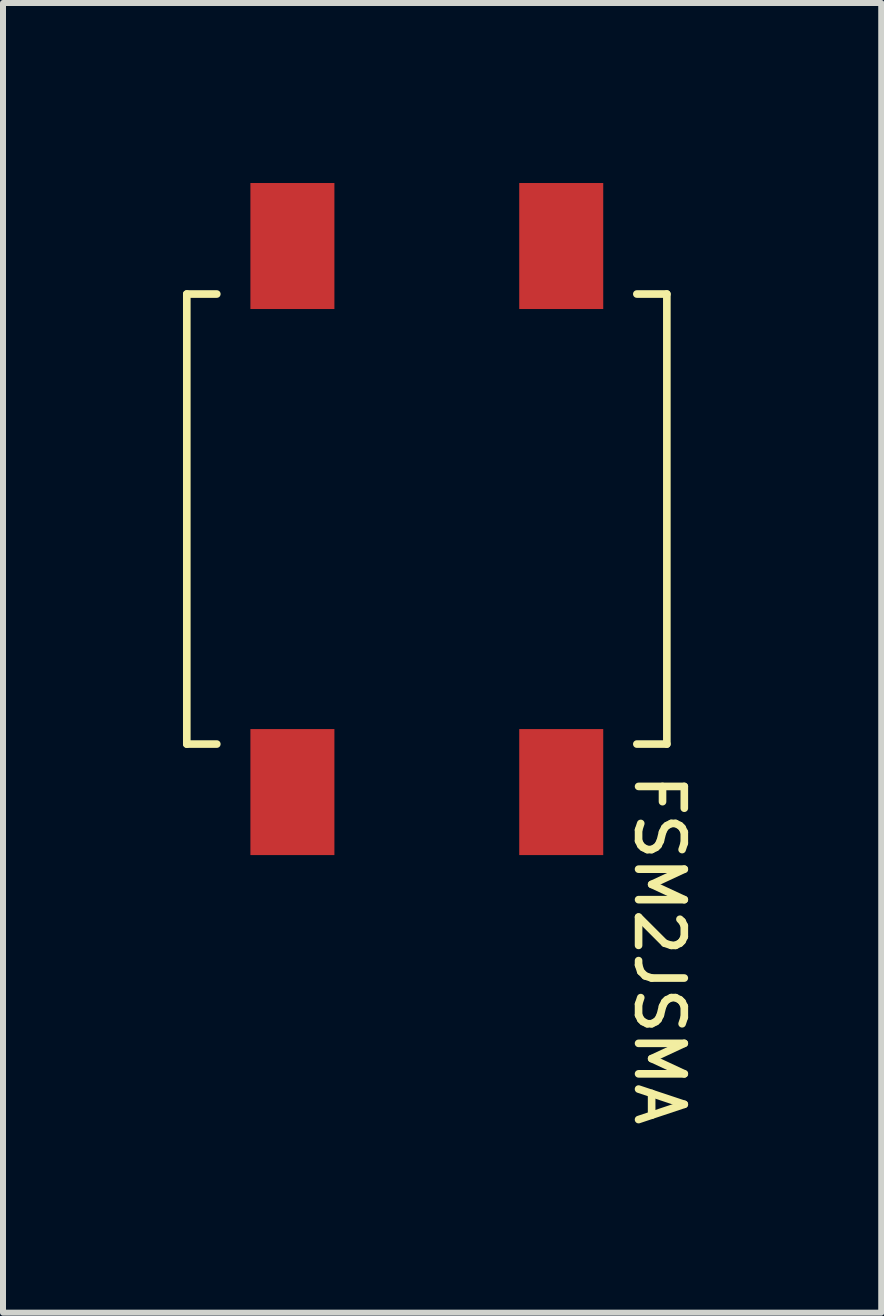
<source format=kicad_pcb>
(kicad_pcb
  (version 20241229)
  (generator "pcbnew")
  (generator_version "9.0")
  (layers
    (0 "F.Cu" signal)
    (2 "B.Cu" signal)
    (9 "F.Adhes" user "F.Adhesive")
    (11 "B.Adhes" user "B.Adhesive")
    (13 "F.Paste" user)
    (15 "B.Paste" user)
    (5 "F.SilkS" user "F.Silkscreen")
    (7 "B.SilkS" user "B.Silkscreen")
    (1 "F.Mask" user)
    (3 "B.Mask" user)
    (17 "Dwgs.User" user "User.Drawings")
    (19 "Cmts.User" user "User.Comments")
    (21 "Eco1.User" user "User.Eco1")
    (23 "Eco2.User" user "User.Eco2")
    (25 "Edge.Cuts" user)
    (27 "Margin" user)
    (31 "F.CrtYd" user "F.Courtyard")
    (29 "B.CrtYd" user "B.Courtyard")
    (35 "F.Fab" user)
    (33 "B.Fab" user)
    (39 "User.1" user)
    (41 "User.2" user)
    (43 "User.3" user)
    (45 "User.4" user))
  (footprint "FSM2JSMA"
    (layer "F.Cu")
    (at 4.063 5.6)
    (property "Reference" "FSM2JSMA" (at 3.429 4.191 270) (unlocked yes) (layer "F.SilkS") (effects (font (size 0.762 0.762) (thickness 0.127)) (justify left bottom)))
    (fp_line (start -4 -3.75) (end -4 3.75) (stroke (width 0.127) (type solid)) (layer "F.SilkS"))
    (fp_line (start -3.5 -3.75) (end -4 -3.75) (stroke (width 0.127) (type solid)) (layer "F.SilkS"))
    (fp_line (start -3.5 3.75) (end -4 3.75) (stroke (width 0.127) (type solid)) (layer "F.SilkS"))
    (fp_line (start 4 -3.75) (end 3.5 -3.75) (stroke (width 0.127) (type solid)) (layer "F.SilkS"))
    (fp_line (start 4 -3.75) (end 4 3.75) (stroke (width 0.127) (type solid)) (layer "F.SilkS"))
    (fp_line (start 4 3.75) (end 3.5 3.75) (stroke (width 0.127) (type solid)) (layer "F.SilkS"))
    (pad "1" smd rect (at 2.24 -4.55) (size 1.4 2.1) (layers "F.Cu" "F.Mask" "F.Paste"))
    (pad "2" smd rect (at 2.24 4.55) (size 1.4 2.1) (layers "F.Cu" "F.Mask" "F.Paste"))
    (pad "3" smd rect (at -2.24 -4.55) (size 1.4 2.1) (layers "F.Cu" "F.Mask" "F.Paste"))
    (pad "4" smd rect (at -2.24 4.55) (size 1.4 2.1) (layers "F.Cu" "F.Mask" "F.Paste")))
  (gr_rect
    (start -3 -3)
    (end 11.636 18.826)
    (stroke (width 0.1) (type default))
    (fill no)
    (layer "Edge.Cuts")))
</source>
